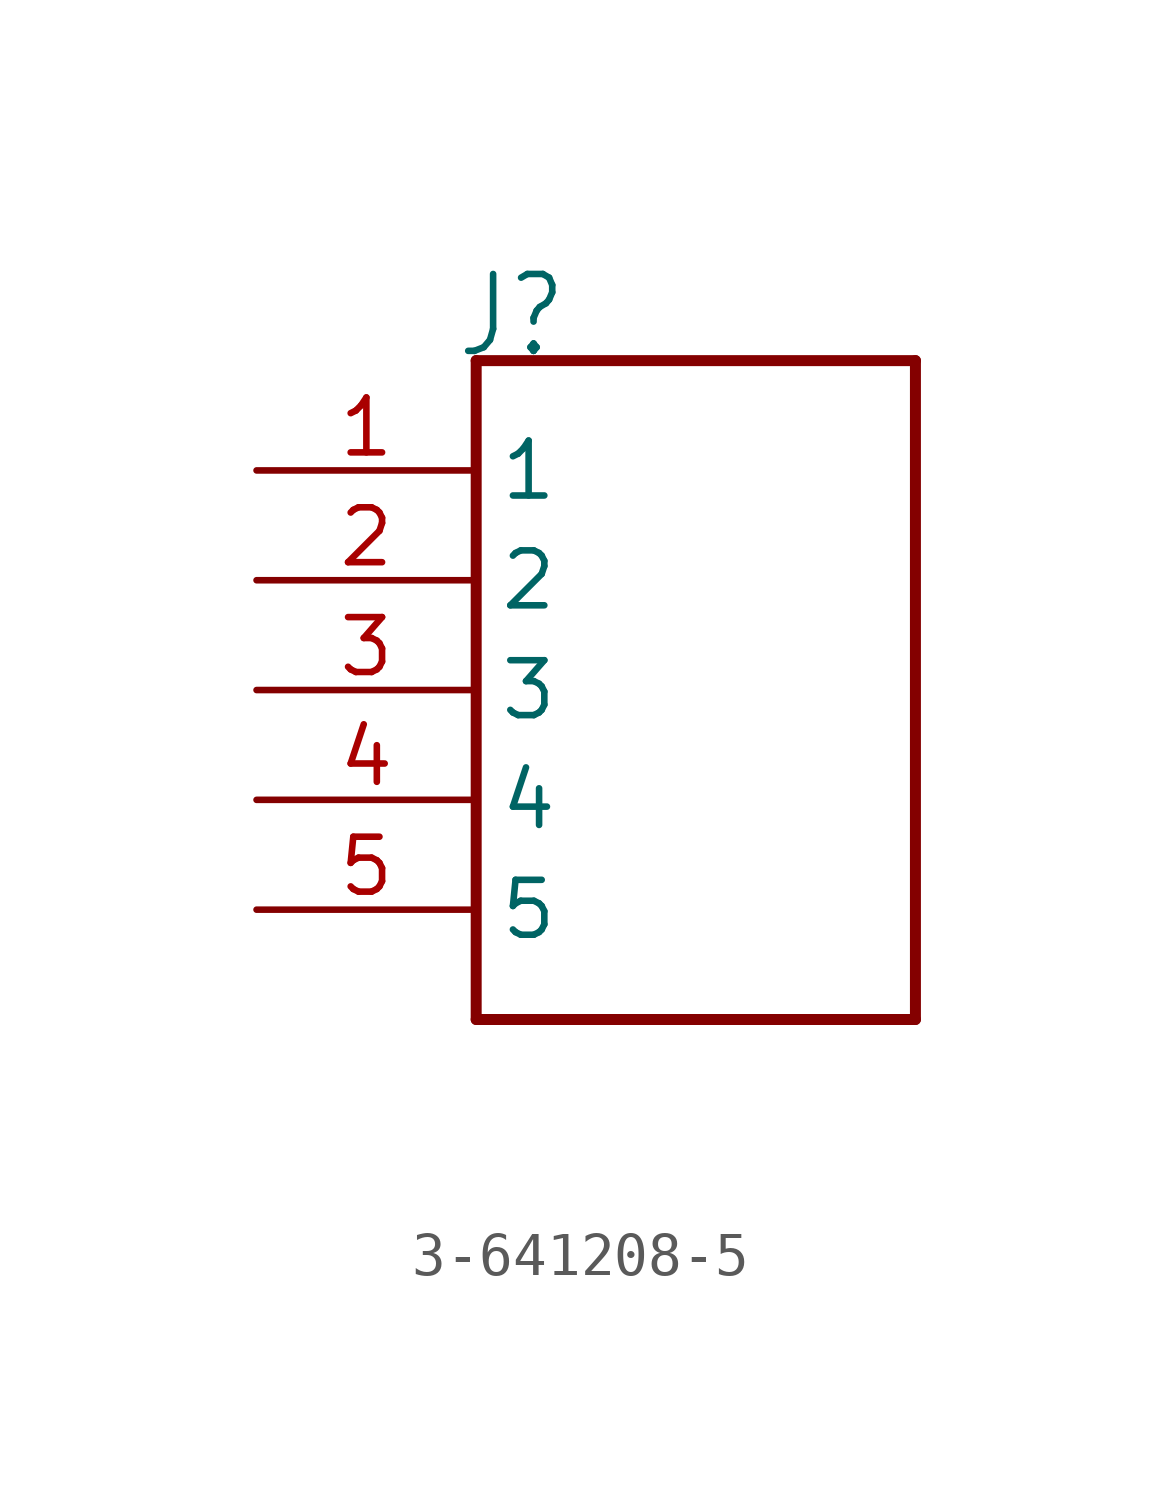
<source format=kicad_sym>
(kicad_symbol_lib
  (version 20220914)
  (generator kicad_symbol_editor)
  (symbol "3-641208-5"
    (property "Reference" "J"
      (at -5.58 7.62 0)
      (effects (font (size 1.778 1.511)) (justify left bottom)))
    (property "Value" ""
      (at -5.08 -10.16 0)
      (effects (font (size 1.778 1.511)) (justify left bottom)))
    (property "ki_locked" ""
      (at 0 0 0)
      (effects (font (size 1.27 1.27))))
    (symbol "3-641208-5_1_0"
      (polyline (pts (xy -5.08 -7.62) (xy -5.08 7.62)) (stroke (width 0.254) (type solid)) (fill (type none)))
      (polyline (pts (xy -5.08 7.62) (xy 5.08 7.62)) (stroke (width 0.254) (type solid)) (fill (type none)))
      (polyline (pts (xy 5.08 -7.62) (xy -5.08 -7.62)) (stroke (width 0.254) (type solid)) (fill (type none)))
      (polyline (pts (xy 5.08 7.62) (xy 5.08 -7.62)) (stroke (width 0.254) (type solid)) (fill (type none)))
      (pin passive line (at -10.16 5.08 0) (length 5.08) (name "1" (effects (font (size 1.27 1.27)))) (number "1" (effects (font (size 1.27 1.27)))))
      (pin passive line (at -10.16 2.54 0) (length 5.08) (name "2" (effects (font (size 1.27 1.27)))) (number "2" (effects (font (size 1.27 1.27)))))
      (pin passive line (at -10.16 0 0) (length 5.08) (name "3" (effects (font (size 1.27 1.27)))) (number "3" (effects (font (size 1.27 1.27)))))
      (pin passive line (at -10.16 -2.54 0) (length 5.08) (name "4" (effects (font (size 1.27 1.27)))) (number "4" (effects (font (size 1.27 1.27)))))
      (pin passive line (at -10.16 -5.08 0) (length 5.08) (name "5" (effects (font (size 1.27 1.27)))) (number "5" (effects (font (size 1.27 1.27))))))))
</source>
